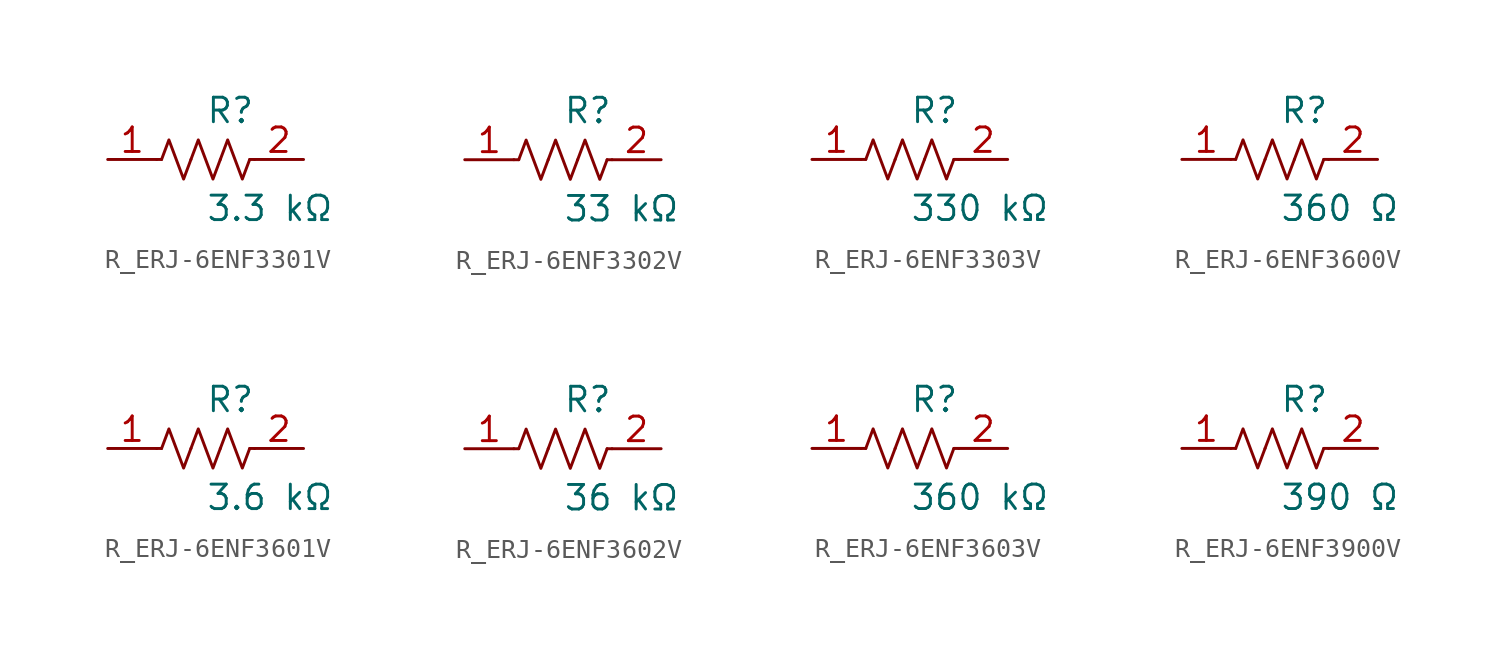
<source format=kicad_sym>
(kicad_symbol_lib
  (version 20231120)
  (generator kicad_symbol_editor)
  (generator_version 8.0)
  (symbol "R_ERJ-6ENF3301V"
    (pin_names
      (offset 0.254))
    (property "Reference" "R"
      (at 0.0 2.54 0)
      (effects (font (size 1.27 1.27)) (justify left)))
    (property "Value" "3.3 kΩ"
      (at 0.0 -2.54 0)
      (effects (font (size 1.27 1.27)) (justify left)))
    (symbol "R_ERJ-6ENF3301V_0_1"
      (polyline (pts (xy 2.286 0) (xy 2.54 0)) (stroke (width 0) (type default)) (fill (type none)))
      (polyline (pts (xy -2.286 0) (xy -2.54 0)) (stroke (width 0) (type default)) (fill (type none)))
      (polyline (pts (xy 0.762 0) (xy 1.143 1.016) (xy 1.524 0) (xy 1.905 -1.016) (xy 2.286 0)) (stroke (width 0) (type default)) (fill (type none)))
      (polyline (pts (xy -0.762 0) (xy -0.381 1.016) (xy 0 0) (xy 0.381 -1.016) (xy 0.762 0)) (stroke (width 0) (type default)) (fill (type none)))
      (polyline (pts (xy -2.286 0) (xy -1.905 1.016) (xy -1.524 0) (xy -1.143 -1.016) (xy -0.762 0)) (stroke (width 0) (type default)) (fill (type none))))
    (pin unspecified line
      (at -5.08 0 0)
      (length 2.54)
      (name "" (effects (font (size 1.27 1.27))))
      (number "1" (effects (font (size 1.27 1.27)))))
    (pin unspecified line
      (at 5.08 0 180)
      (length 2.54)
      (name "" (effects (font (size 1.27 1.27))))
      (number "2" (effects (font (size 1.27 1.27))))))
  (symbol "R_ERJ-6ENF3302V"
    (pin_names
      (offset 0.254))
    (property "Reference" "R"
      (at 0.0 2.54 0)
      (effects (font (size 1.27 1.27)) (justify left)))
    (property "Value" "33 kΩ"
      (at 0.0 -2.54 0)
      (effects (font (size 1.27 1.27)) (justify left)))
    (symbol "R_ERJ-6ENF3302V_0_1"
      (polyline (pts (xy 2.286 0) (xy 2.54 0)) (stroke (width 0) (type default)) (fill (type none)))
      (polyline (pts (xy -2.286 0) (xy -2.54 0)) (stroke (width 0) (type default)) (fill (type none)))
      (polyline (pts (xy 0.762 0) (xy 1.143 1.016) (xy 1.524 0) (xy 1.905 -1.016) (xy 2.286 0)) (stroke (width 0) (type default)) (fill (type none)))
      (polyline (pts (xy -0.762 0) (xy -0.381 1.016) (xy 0 0) (xy 0.381 -1.016) (xy 0.762 0)) (stroke (width 0) (type default)) (fill (type none)))
      (polyline (pts (xy -2.286 0) (xy -1.905 1.016) (xy -1.524 0) (xy -1.143 -1.016) (xy -0.762 0)) (stroke (width 0) (type default)) (fill (type none))))
    (pin unspecified line
      (at -5.08 0 0)
      (length 2.54)
      (name "" (effects (font (size 1.27 1.27))))
      (number "1" (effects (font (size 1.27 1.27)))))
    (pin unspecified line
      (at 5.08 0 180)
      (length 2.54)
      (name "" (effects (font (size 1.27 1.27))))
      (number "2" (effects (font (size 1.27 1.27))))))
  (symbol "R_ERJ-6ENF3303V"
    (pin_names
      (offset 0.254))
    (property "Reference" "R"
      (at 0.0 2.54 0)
      (effects (font (size 1.27 1.27)) (justify left)))
    (property "Value" "330 kΩ"
      (at 0.0 -2.54 0)
      (effects (font (size 1.27 1.27)) (justify left)))
    (symbol "R_ERJ-6ENF3303V_0_1"
      (polyline (pts (xy 2.286 0) (xy 2.54 0)) (stroke (width 0) (type default)) (fill (type none)))
      (polyline (pts (xy -2.286 0) (xy -2.54 0)) (stroke (width 0) (type default)) (fill (type none)))
      (polyline (pts (xy 0.762 0) (xy 1.143 1.016) (xy 1.524 0) (xy 1.905 -1.016) (xy 2.286 0)) (stroke (width 0) (type default)) (fill (type none)))
      (polyline (pts (xy -0.762 0) (xy -0.381 1.016) (xy 0 0) (xy 0.381 -1.016) (xy 0.762 0)) (stroke (width 0) (type default)) (fill (type none)))
      (polyline (pts (xy -2.286 0) (xy -1.905 1.016) (xy -1.524 0) (xy -1.143 -1.016) (xy -0.762 0)) (stroke (width 0) (type default)) (fill (type none))))
    (pin unspecified line
      (at -5.08 0 0)
      (length 2.54)
      (name "" (effects (font (size 1.27 1.27))))
      (number "1" (effects (font (size 1.27 1.27)))))
    (pin unspecified line
      (at 5.08 0 180)
      (length 2.54)
      (name "" (effects (font (size 1.27 1.27))))
      (number "2" (effects (font (size 1.27 1.27))))))
  (symbol "R_ERJ-6ENF3600V"
    (pin_names
      (offset 0.254))
    (property "Reference" "R"
      (at 0.0 2.54 0)
      (effects (font (size 1.27 1.27)) (justify left)))
    (property "Value" "360 Ω"
      (at 0.0 -2.54 0)
      (effects (font (size 1.27 1.27)) (justify left)))
    (symbol "R_ERJ-6ENF3600V_0_1"
      (polyline (pts (xy 2.286 0) (xy 2.54 0)) (stroke (width 0) (type default)) (fill (type none)))
      (polyline (pts (xy -2.286 0) (xy -2.54 0)) (stroke (width 0) (type default)) (fill (type none)))
      (polyline (pts (xy 0.762 0) (xy 1.143 1.016) (xy 1.524 0) (xy 1.905 -1.016) (xy 2.286 0)) (stroke (width 0) (type default)) (fill (type none)))
      (polyline (pts (xy -0.762 0) (xy -0.381 1.016) (xy 0 0) (xy 0.381 -1.016) (xy 0.762 0)) (stroke (width 0) (type default)) (fill (type none)))
      (polyline (pts (xy -2.286 0) (xy -1.905 1.016) (xy -1.524 0) (xy -1.143 -1.016) (xy -0.762 0)) (stroke (width 0) (type default)) (fill (type none))))
    (pin unspecified line
      (at -5.08 0 0)
      (length 2.54)
      (name "" (effects (font (size 1.27 1.27))))
      (number "1" (effects (font (size 1.27 1.27)))))
    (pin unspecified line
      (at 5.08 0 180)
      (length 2.54)
      (name "" (effects (font (size 1.27 1.27))))
      (number "2" (effects (font (size 1.27 1.27))))))
  (symbol "R_ERJ-6ENF3601V"
    (pin_names
      (offset 0.254))
    (property "Reference" "R"
      (at 0.0 2.54 0)
      (effects (font (size 1.27 1.27)) (justify left)))
    (property "Value" "3.6 kΩ"
      (at 0.0 -2.54 0)
      (effects (font (size 1.27 1.27)) (justify left)))
    (symbol "R_ERJ-6ENF3601V_0_1"
      (polyline (pts (xy 2.286 0) (xy 2.54 0)) (stroke (width 0) (type default)) (fill (type none)))
      (polyline (pts (xy -2.286 0) (xy -2.54 0)) (stroke (width 0) (type default)) (fill (type none)))
      (polyline (pts (xy 0.762 0) (xy 1.143 1.016) (xy 1.524 0) (xy 1.905 -1.016) (xy 2.286 0)) (stroke (width 0) (type default)) (fill (type none)))
      (polyline (pts (xy -0.762 0) (xy -0.381 1.016) (xy 0 0) (xy 0.381 -1.016) (xy 0.762 0)) (stroke (width 0) (type default)) (fill (type none)))
      (polyline (pts (xy -2.286 0) (xy -1.905 1.016) (xy -1.524 0) (xy -1.143 -1.016) (xy -0.762 0)) (stroke (width 0) (type default)) (fill (type none))))
    (pin unspecified line
      (at -5.08 0 0)
      (length 2.54)
      (name "" (effects (font (size 1.27 1.27))))
      (number "1" (effects (font (size 1.27 1.27)))))
    (pin unspecified line
      (at 5.08 0 180)
      (length 2.54)
      (name "" (effects (font (size 1.27 1.27))))
      (number "2" (effects (font (size 1.27 1.27))))))
  (symbol "R_ERJ-6ENF3602V"
    (pin_names
      (offset 0.254))
    (property "Reference" "R"
      (at 0.0 2.54 0)
      (effects (font (size 1.27 1.27)) (justify left)))
    (property "Value" "36 kΩ"
      (at 0.0 -2.54 0)
      (effects (font (size 1.27 1.27)) (justify left)))
    (symbol "R_ERJ-6ENF3602V_0_1"
      (polyline (pts (xy 2.286 0) (xy 2.54 0)) (stroke (width 0) (type default)) (fill (type none)))
      (polyline (pts (xy -2.286 0) (xy -2.54 0)) (stroke (width 0) (type default)) (fill (type none)))
      (polyline (pts (xy 0.762 0) (xy 1.143 1.016) (xy 1.524 0) (xy 1.905 -1.016) (xy 2.286 0)) (stroke (width 0) (type default)) (fill (type none)))
      (polyline (pts (xy -0.762 0) (xy -0.381 1.016) (xy 0 0) (xy 0.381 -1.016) (xy 0.762 0)) (stroke (width 0) (type default)) (fill (type none)))
      (polyline (pts (xy -2.286 0) (xy -1.905 1.016) (xy -1.524 0) (xy -1.143 -1.016) (xy -0.762 0)) (stroke (width 0) (type default)) (fill (type none))))
    (pin unspecified line
      (at -5.08 0 0)
      (length 2.54)
      (name "" (effects (font (size 1.27 1.27))))
      (number "1" (effects (font (size 1.27 1.27)))))
    (pin unspecified line
      (at 5.08 0 180)
      (length 2.54)
      (name "" (effects (font (size 1.27 1.27))))
      (number "2" (effects (font (size 1.27 1.27))))))
  (symbol "R_ERJ-6ENF3603V"
    (pin_names
      (offset 0.254))
    (property "Reference" "R"
      (at 0.0 2.54 0)
      (effects (font (size 1.27 1.27)) (justify left)))
    (property "Value" "360 kΩ"
      (at 0.0 -2.54 0)
      (effects (font (size 1.27 1.27)) (justify left)))
    (symbol "R_ERJ-6ENF3603V_0_1"
      (polyline (pts (xy 2.286 0) (xy 2.54 0)) (stroke (width 0) (type default)) (fill (type none)))
      (polyline (pts (xy -2.286 0) (xy -2.54 0)) (stroke (width 0) (type default)) (fill (type none)))
      (polyline (pts (xy 0.762 0) (xy 1.143 1.016) (xy 1.524 0) (xy 1.905 -1.016) (xy 2.286 0)) (stroke (width 0) (type default)) (fill (type none)))
      (polyline (pts (xy -0.762 0) (xy -0.381 1.016) (xy 0 0) (xy 0.381 -1.016) (xy 0.762 0)) (stroke (width 0) (type default)) (fill (type none)))
      (polyline (pts (xy -2.286 0) (xy -1.905 1.016) (xy -1.524 0) (xy -1.143 -1.016) (xy -0.762 0)) (stroke (width 0) (type default)) (fill (type none))))
    (pin unspecified line
      (at -5.08 0 0)
      (length 2.54)
      (name "" (effects (font (size 1.27 1.27))))
      (number "1" (effects (font (size 1.27 1.27)))))
    (pin unspecified line
      (at 5.08 0 180)
      (length 2.54)
      (name "" (effects (font (size 1.27 1.27))))
      (number "2" (effects (font (size 1.27 1.27))))))
  (symbol "R_ERJ-6ENF3900V"
    (pin_names
      (offset 0.254))
    (property "Reference" "R"
      (at 0.0 2.54 0)
      (effects (font (size 1.27 1.27)) (justify left)))
    (property "Value" "390 Ω"
      (at 0.0 -2.54 0)
      (effects (font (size 1.27 1.27)) (justify left)))
    (symbol "R_ERJ-6ENF3900V_0_1"
      (polyline (pts (xy 2.286 0) (xy 2.54 0)) (stroke (width 0) (type default)) (fill (type none)))
      (polyline (pts (xy -2.286 0) (xy -2.54 0)) (stroke (width 0) (type default)) (fill (type none)))
      (polyline (pts (xy 0.762 0) (xy 1.143 1.016) (xy 1.524 0) (xy 1.905 -1.016) (xy 2.286 0)) (stroke (width 0) (type default)) (fill (type none)))
      (polyline (pts (xy -0.762 0) (xy -0.381 1.016) (xy 0 0) (xy 0.381 -1.016) (xy 0.762 0)) (stroke (width 0) (type default)) (fill (type none)))
      (polyline (pts (xy -2.286 0) (xy -1.905 1.016) (xy -1.524 0) (xy -1.143 -1.016) (xy -0.762 0)) (stroke (width 0) (type default)) (fill (type none))))
    (pin unspecified line
      (at -5.08 0 0)
      (length 2.54)
      (name "" (effects (font (size 1.27 1.27))))
      (number "1" (effects (font (size 1.27 1.27)))))
    (pin unspecified line
      (at 5.08 0 180)
      (length 2.54)
      (name "" (effects (font (size 1.27 1.27))))
      (number "2" (effects (font (size 1.27 1.27)))))))
</source>
